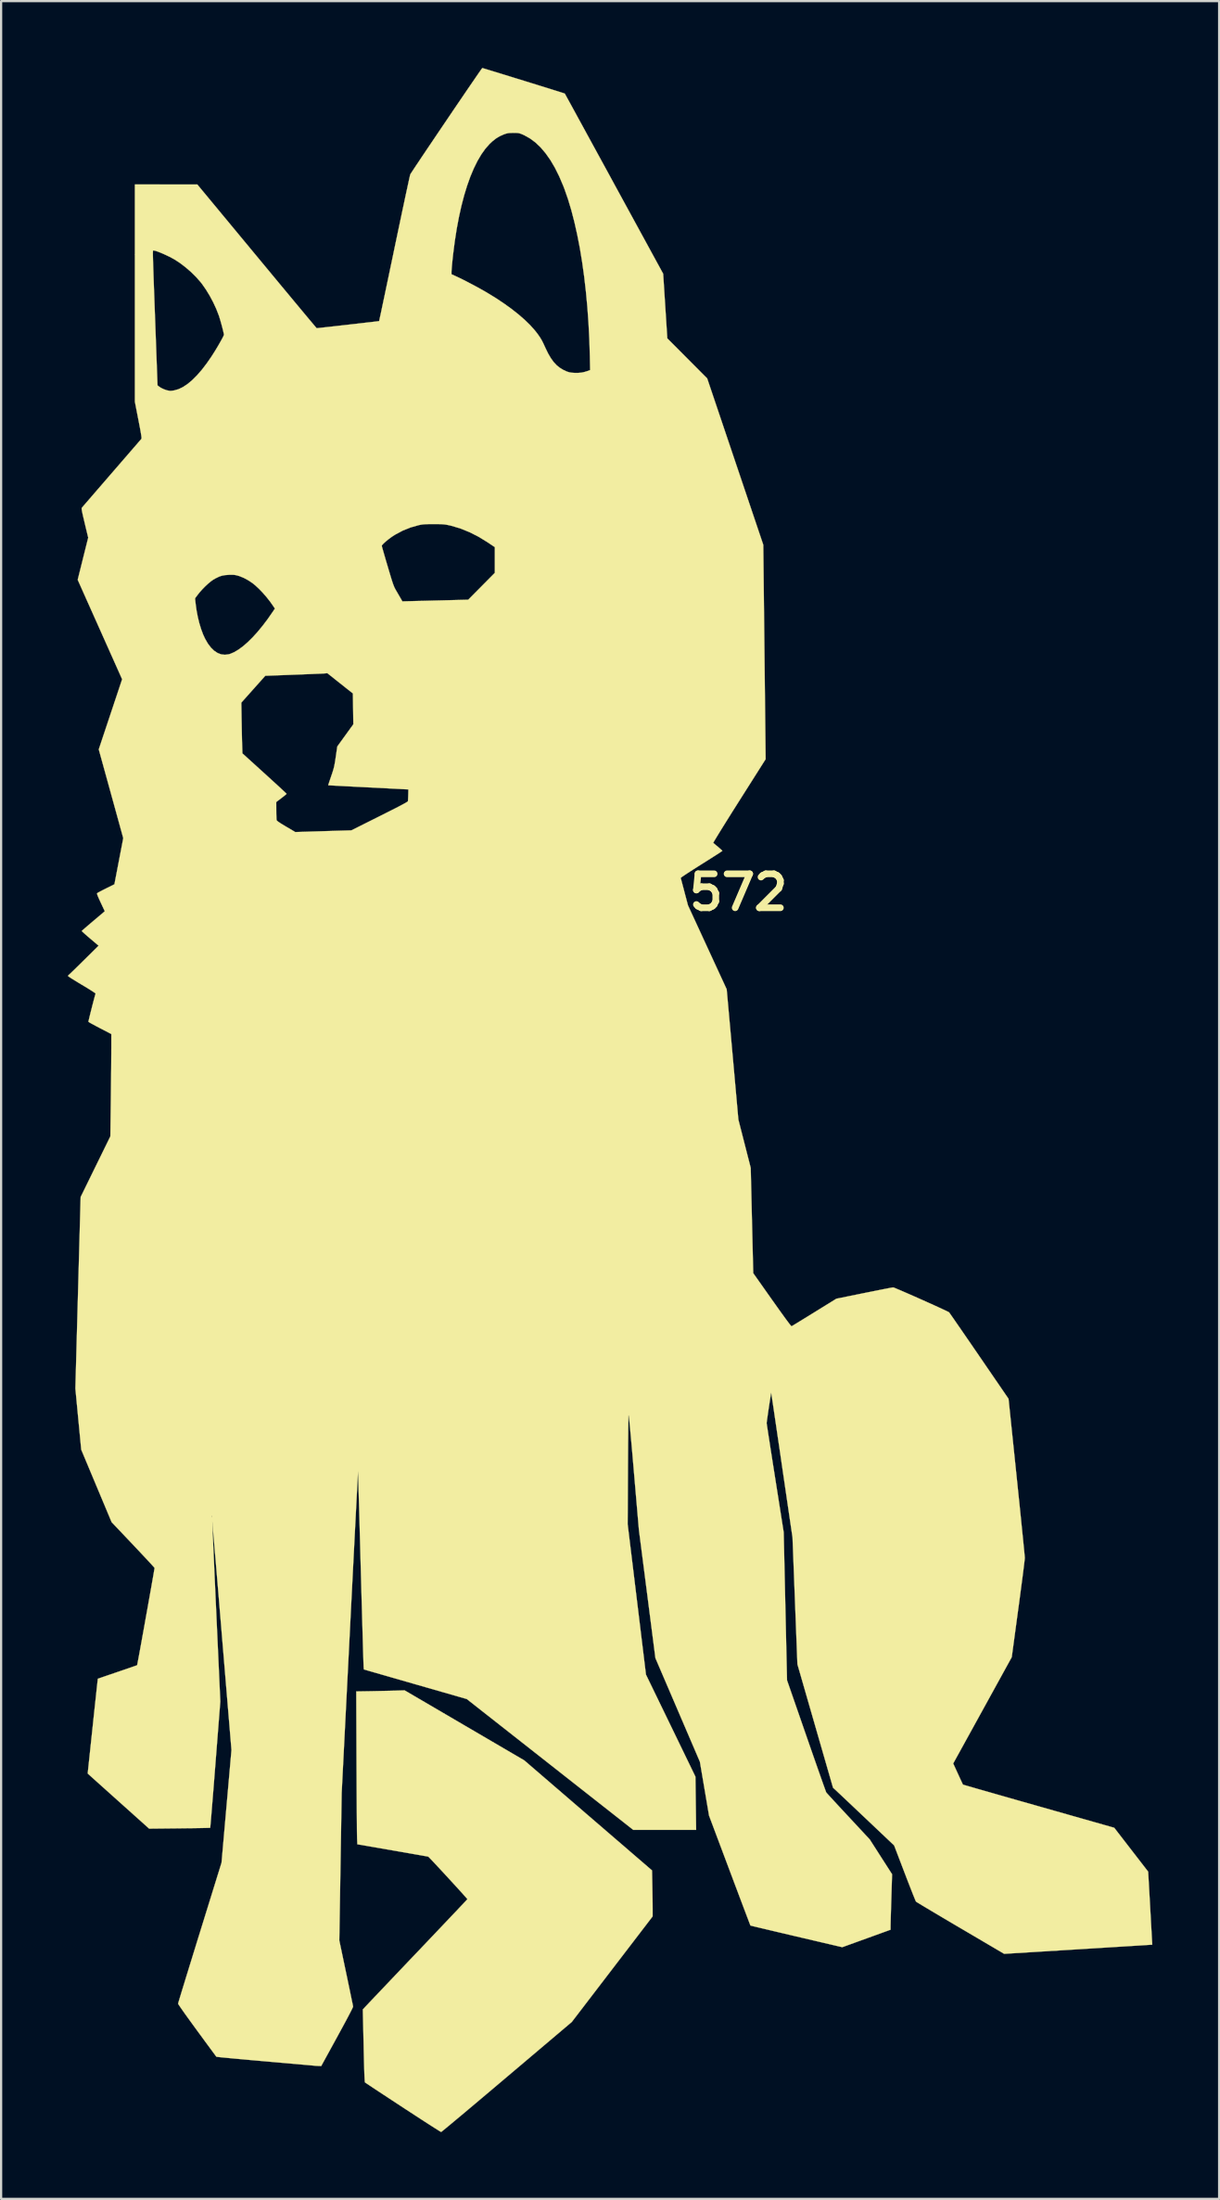
<source format=kicad_pcb>
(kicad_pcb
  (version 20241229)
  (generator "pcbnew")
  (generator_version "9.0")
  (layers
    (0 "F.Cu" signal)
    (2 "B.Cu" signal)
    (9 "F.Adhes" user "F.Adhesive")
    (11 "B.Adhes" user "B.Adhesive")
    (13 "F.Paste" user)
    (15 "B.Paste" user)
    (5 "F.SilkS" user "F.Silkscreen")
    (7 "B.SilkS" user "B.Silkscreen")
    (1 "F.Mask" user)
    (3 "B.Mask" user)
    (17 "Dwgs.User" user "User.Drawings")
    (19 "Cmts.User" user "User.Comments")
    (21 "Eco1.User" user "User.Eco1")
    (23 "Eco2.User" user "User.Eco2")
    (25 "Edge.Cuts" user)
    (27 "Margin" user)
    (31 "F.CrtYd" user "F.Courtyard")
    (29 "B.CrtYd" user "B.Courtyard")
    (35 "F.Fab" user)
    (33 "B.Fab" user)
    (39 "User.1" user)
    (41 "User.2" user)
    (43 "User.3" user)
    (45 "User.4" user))
  (footprint "F.SilkS_g1572"
    (layer "F.Cu")
    (at 24.283 37.026)
    (property "Reference" "F.SilkS_g1572" (at 0 0 0) (layer "F.SilkS") (effects (font (size 1.524 1.524) (thickness 0.3))))
    (attr through_hole)
    (fp_poly (pts (xy -6.465 37.407) (xy -3.776 38.98) (xy 1.962 43.92) (xy 1.976 44.654) (xy 1.979 44.843) (xy 1.982 45.032) (xy 1.985 45.214) (xy 1.987 45.382) (xy 1.988 45.526) (xy 1.989 45.641) (xy 1.989 45.686) (xy 1.989 45.985) (xy 0.173 48.355) (xy -1.642 50.725) (xy -4.562 53.195) (xy -4.867 53.453) (xy -5.164 53.704) (xy -5.45 53.945) (xy -5.725 54.177) (xy -5.986 54.397) (xy -6.233 54.604) (xy -6.462 54.797) (xy -6.674 54.974) (xy -6.866 55.134) (xy -7.036 55.276) (xy -7.183 55.398) (xy -7.305 55.499) (xy -7.4 55.577) (xy -7.468 55.632) (xy -7.506 55.661) (xy -7.514 55.666) (xy -7.536 55.655) (xy -7.591 55.622) (xy -7.676 55.569) (xy -7.789 55.498) (xy -7.928 55.409) (xy -8.089 55.306) (xy -8.271 55.189) (xy -8.471 55.059) (xy -8.686 54.919) (xy -8.914 54.771) (xy -9.153 54.615) (xy -9.229 54.565) (xy -9.47 54.407) (xy -9.702 54.255) (xy -9.921 54.111) (xy -10.125 53.977) (xy -10.313 53.854) (xy -10.48 53.743) (xy -10.625 53.647) (xy -10.745 53.567) (xy -10.838 53.505) (xy -10.902 53.463) (xy -10.933 53.441) (xy -10.935 53.439) (xy -10.941 53.417) (xy -10.946 53.362) (xy -10.952 53.273) (xy -10.958 53.149) (xy -10.964 52.989) (xy -10.97 52.791) (xy -10.977 52.554) (xy -10.984 52.278) (xy -10.992 51.961) (xy -10.995 51.789) (xy -11.032 50.164) (xy -10.919 50.042) (xy -10.891 50.013) (xy -10.836 49.955) (xy -10.756 49.87) (xy -10.651 49.759) (xy -10.524 49.625) (xy -10.376 49.47) (xy -10.209 49.294) (xy -10.024 49.1) (xy -9.824 48.889) (xy -9.61 48.664) (xy -9.384 48.426) (xy -9.147 48.177) (xy -8.901 47.918) (xy -8.647 47.652) (xy -8.572 47.574) (xy -8.319 47.308) (xy -8.074 47.05) (xy -7.839 46.803) (xy -7.615 46.567) (xy -7.403 46.344) (xy -7.206 46.136) (xy -7.025 45.945) (xy -6.861 45.773) (xy -6.717 45.62) (xy -6.593 45.489) (xy -6.491 45.381) (xy -6.413 45.299) (xy -6.361 45.243) (xy -6.336 45.215) (xy -6.334 45.213) (xy -6.346 45.195) (xy -6.385 45.149) (xy -6.447 45.079) (xy -6.528 44.988) (xy -6.626 44.879) (xy -6.738 44.756) (xy -6.861 44.621) (xy -6.992 44.478) (xy -7.128 44.33) (xy -7.266 44.18) (xy -7.402 44.032) (xy -7.534 43.89) (xy -7.66 43.755) (xy -7.775 43.632) (xy -7.876 43.523) (xy -7.962 43.433) (xy -8.029 43.363) (xy -8.073 43.319) (xy -8.092 43.302) (xy -8.117 43.297) (xy -8.179 43.285) (xy -8.277 43.268) (xy -8.407 43.245) (xy -8.566 43.217) (xy -8.75 43.185) (xy -8.956 43.149) (xy -9.181 43.109) (xy -9.421 43.068) (xy -9.673 43.024) (xy -9.698 43.02) (xy -11.278 42.747) (xy -11.29 42.471) (xy -11.291 42.418) (xy -11.293 42.325) (xy -11.295 42.195) (xy -11.297 42.031) (xy -11.298 41.834) (xy -11.3 41.609) (xy -11.302 41.356) (xy -11.304 41.079) (xy -11.306 40.781) (xy -11.308 40.464) (xy -11.31 40.131) (xy -11.311 39.783) (xy -11.313 39.425) (xy -11.315 39.058) (xy -11.315 39.039) (xy -11.327 35.882) (xy -10.611 35.87) (xy -10.42 35.866) (xy -10.223 35.862) (xy -10.03 35.858) (xy -9.85 35.854) (xy -9.691 35.85) (xy -9.562 35.847) (xy -9.525 35.845) (xy -9.155 35.834) (xy -6.465 37.407)) (stroke (width 0.01) (type solid)) (fill yes) (layer "F.SilkS"))
    (fp_poly (pts (xy -5.641 -37.014) (xy -5.581 -36.997) (xy -5.488 -36.969) (xy -5.365 -36.931) (xy -5.215 -36.886) (xy -5.043 -36.833) (xy -4.851 -36.774) (xy -4.643 -36.71) (xy -4.422 -36.642) (xy -4.193 -36.571) (xy -3.957 -36.499) (xy -3.72 -36.425) (xy -3.484 -36.352) (xy -3.253 -36.281) (xy -3.03 -36.211) (xy -2.818 -36.146) (xy -2.622 -36.085) (xy -2.445 -36.029) (xy -2.29 -35.981) (xy -2.16 -35.94) (xy -2.06 -35.908) (xy -1.992 -35.886) (xy -1.96 -35.875) (xy -1.958 -35.874) (xy -1.948 -35.855) (xy -1.917 -35.801) (xy -1.869 -35.712) (xy -1.803 -35.592) (xy -1.72 -35.441) (xy -1.622 -35.262) (xy -1.509 -35.056) (xy -1.383 -34.824) (xy -1.243 -34.568) (xy -1.091 -34.291) (xy -0.929 -33.993) (xy -0.756 -33.677) (xy -0.574 -33.344) (xy -0.384 -32.996) (xy -0.186 -32.634) (xy 0.018 -32.261) (xy 0.227 -31.877) (xy 0.255 -31.825) (xy 2.462 -27.783) (xy 2.555 -26.332) (xy 2.648 -24.881) (xy 3.544 -23.982) (xy 4.44 -23.082) (xy 5.7 -19.346) (xy 6.96 -15.61) (xy 7.066 -5.983) (xy 5.88 -4.112) (xy 5.718 -3.856) (xy 5.563 -3.611) (xy 5.417 -3.377) (xy 5.28 -3.159) (xy 5.154 -2.957) (xy 5.042 -2.776) (xy 4.943 -2.615) (xy 4.86 -2.479) (xy 4.794 -2.37) (xy 4.746 -2.289) (xy 4.719 -2.24) (xy 4.712 -2.225) (xy 4.735 -2.205) (xy 4.783 -2.165) (xy 4.849 -2.109) (xy 4.927 -2.045) (xy 5.002 -1.98) (xy 5.064 -1.925) (xy 5.106 -1.885) (xy 5.122 -1.867) (xy 5.122 -1.867) (xy 5.105 -1.853) (xy 5.055 -1.819) (xy 4.976 -1.767) (xy 4.87 -1.699) (xy 4.742 -1.617) (xy 4.595 -1.523) (xy 4.432 -1.42) (xy 4.256 -1.309) (xy 4.182 -1.263) (xy 4 -1.148) (xy 3.831 -1.041) (xy 3.677 -0.942) (xy 3.542 -0.854) (xy 3.429 -0.779) (xy 3.34 -0.719) (xy 3.28 -0.676) (xy 3.252 -0.652) (xy 3.25 -0.649) (xy 3.257 -0.623) (xy 3.274 -0.561) (xy 3.299 -0.469) (xy 3.33 -0.352) (xy 3.366 -0.216) (xy 3.406 -0.065) (xy 3.417 -0.021) (xy 3.577 0.582) (xy 4.446 2.466) (xy 5.316 4.35) (xy 5.579 7.276) (xy 5.841 10.202) (xy 6.396 12.372) (xy 6.452 14.735) (xy 6.509 17.099) (xy 7.355 18.297) (xy 7.546 18.565) (xy 7.713 18.8) (xy 7.858 19) (xy 7.978 19.166) (xy 8.076 19.297) (xy 8.15 19.394) (xy 8.2 19.456) (xy 8.227 19.482) (xy 8.231 19.484) (xy 8.254 19.471) (xy 8.309 19.438) (xy 8.394 19.386) (xy 8.505 19.319) (xy 8.638 19.237) (xy 8.79 19.144) (xy 8.958 19.041) (xy 9.139 18.929) (xy 9.251 18.86) (xy 10.242 18.247) (xy 11.495 17.992) (xy 11.72 17.947) (xy 11.934 17.904) (xy 12.133 17.864) (xy 12.312 17.828) (xy 12.469 17.798) (xy 12.6 17.772) (xy 12.7 17.754) (xy 12.766 17.742) (xy 12.795 17.738) (xy 12.823 17.746) (xy 12.885 17.77) (xy 12.977 17.809) (xy 13.096 17.859) (xy 13.238 17.92) (xy 13.398 17.99) (xy 13.572 18.066) (xy 13.756 18.147) (xy 13.946 18.231) (xy 14.139 18.317) (xy 14.33 18.403) (xy 14.515 18.486) (xy 14.69 18.565) (xy 14.851 18.639) (xy 14.994 18.705) (xy 15.115 18.761) (xy 15.21 18.806) (xy 15.275 18.839) (xy 15.305 18.856) (xy 15.307 18.857) (xy 15.323 18.879) (xy 15.362 18.933) (xy 15.421 19.018) (xy 15.5 19.131) (xy 15.596 19.27) (xy 15.708 19.432) (xy 15.835 19.615) (xy 15.974 19.818) (xy 16.125 20.037) (xy 16.286 20.27) (xy 16.454 20.516) (xy 16.63 20.771) (xy 16.66 20.816) (xy 17.979 22.74) (xy 18.344 26.256) (xy 18.384 26.639) (xy 18.422 27.012) (xy 18.46 27.373) (xy 18.495 27.718) (xy 18.529 28.047) (xy 18.56 28.356) (xy 18.589 28.643) (xy 18.616 28.907) (xy 18.64 29.144) (xy 18.66 29.352) (xy 18.678 29.53) (xy 18.692 29.675) (xy 18.702 29.784) (xy 18.708 29.856) (xy 18.71 29.887) (xy 18.707 29.924) (xy 18.699 30) (xy 18.686 30.112) (xy 18.668 30.257) (xy 18.647 30.432) (xy 18.621 30.634) (xy 18.592 30.86) (xy 18.559 31.108) (xy 18.524 31.373) (xy 18.487 31.654) (xy 18.448 31.948) (xy 18.417 32.173) (xy 18.124 34.343) (xy 16.809 36.731) (xy 15.493 39.118) (xy 15.709 39.588) (xy 15.769 39.719) (xy 15.823 39.836) (xy 15.869 39.935) (xy 15.904 40.009) (xy 15.926 40.055) (xy 15.932 40.067) (xy 15.952 40.073) (xy 16.012 40.091) (xy 16.108 40.119) (xy 16.238 40.156) (xy 16.4 40.203) (xy 16.593 40.259) (xy 16.814 40.322) (xy 17.06 40.392) (xy 17.33 40.47) (xy 17.622 40.553) (xy 17.934 40.642) (xy 18.263 40.736) (xy 18.607 40.834) (xy 18.965 40.935) (xy 19.333 41.04) (xy 22.729 42.005) (xy 23.49 42.99) (xy 24.252 43.975) (xy 24.34 45.53) (xy 24.354 45.785) (xy 24.368 46.029) (xy 24.38 46.259) (xy 24.392 46.471) (xy 24.403 46.662) (xy 24.412 46.828) (xy 24.42 46.965) (xy 24.426 47.07) (xy 24.43 47.14) (xy 24.432 47.17) (xy 24.436 47.255) (xy 24.024 47.281) (xy 23.952 47.286) (xy 23.842 47.293) (xy 23.695 47.302) (xy 23.514 47.313) (xy 23.302 47.326) (xy 23.063 47.341) (xy 22.799 47.357) (xy 22.512 47.375) (xy 22.207 47.394) (xy 21.885 47.414) (xy 21.55 47.435) (xy 21.204 47.456) (xy 20.851 47.478) (xy 20.697 47.487) (xy 17.783 47.666) (xy 15.819 46.511) (xy 15.553 46.355) (xy 15.298 46.204) (xy 15.055 46.061) (xy 14.827 45.925) (xy 14.616 45.8) (xy 14.424 45.686) (xy 14.255 45.585) (xy 14.11 45.498) (xy 13.991 45.426) (xy 13.902 45.372) (xy 13.845 45.336) (xy 13.822 45.32) (xy 13.822 45.319) (xy 13.808 45.294) (xy 13.782 45.232) (xy 13.743 45.137) (xy 13.693 45.014) (xy 13.634 44.864) (xy 13.567 44.693) (xy 13.493 44.503) (xy 13.413 44.297) (xy 13.33 44.08) (xy 13.315 44.041) (xy 12.84 42.799) (xy 11.572 41.598) (xy 11.374 41.411) (xy 11.183 41.231) (xy 11.002 41.059) (xy 10.833 40.899) (xy 10.678 40.753) (xy 10.54 40.623) (xy 10.422 40.511) (xy 10.325 40.421) (xy 10.254 40.353) (xy 10.209 40.311) (xy 10.198 40.301) (xy 10.094 40.206) (xy 8.494 34.66) (xy 8.274 28.967) (xy 7.797 25.718) (xy 7.744 25.352) (xy 7.692 24.998) (xy 7.642 24.658) (xy 7.594 24.334) (xy 7.549 24.028) (xy 7.507 23.743) (xy 7.468 23.48) (xy 7.433 23.242) (xy 7.402 23.032) (xy 7.375 22.851) (xy 7.352 22.702) (xy 7.335 22.588) (xy 7.323 22.509) (xy 7.317 22.469) (xy 7.316 22.464) (xy 7.311 22.482) (xy 7.302 22.537) (xy 7.288 22.621) (xy 7.271 22.729) (xy 7.251 22.856) (xy 7.23 22.995) (xy 7.208 23.14) (xy 7.186 23.285) (xy 7.166 23.425) (xy 7.148 23.554) (xy 7.132 23.665) (xy 7.12 23.753) (xy 7.113 23.812) (xy 7.111 23.834) (xy 7.115 23.861) (xy 7.124 23.928) (xy 7.14 24.031) (xy 7.161 24.168) (xy 7.186 24.336) (xy 7.217 24.532) (xy 7.251 24.754) (xy 7.289 24.999) (xy 7.331 25.265) (xy 7.375 25.548) (xy 7.422 25.847) (xy 7.471 26.157) (xy 7.495 26.31) (xy 7.877 28.734) (xy 7.952 32.057) (xy 8.027 35.38) (xy 8.894 37.878) (xy 9.003 38.191) (xy 9.108 38.494) (xy 9.209 38.784) (xy 9.305 39.058) (xy 9.395 39.314) (xy 9.478 39.549) (xy 9.553 39.762) (xy 9.619 39.949) (xy 9.675 40.108) (xy 9.722 40.237) (xy 9.757 40.334) (xy 9.78 40.395) (xy 9.789 40.418) (xy 9.808 40.44) (xy 9.854 40.491) (xy 9.923 40.567) (xy 10.014 40.666) (xy 10.124 40.786) (xy 10.25 40.923) (xy 10.391 41.075) (xy 10.543 41.239) (xy 10.705 41.413) (xy 10.781 41.494) (xy 11.744 42.529) (xy 12.245 43.31) (xy 12.747 44.091) (xy 12.713 45.196) (xy 12.706 45.414) (xy 12.7 45.623) (xy 12.694 45.818) (xy 12.689 45.995) (xy 12.685 46.15) (xy 12.682 46.278) (xy 12.68 46.373) (xy 12.679 46.433) (xy 12.679 46.442) (xy 12.679 46.583) (xy 10.509 47.368) (xy 8.45 46.886) (xy 8.162 46.818) (xy 7.886 46.753) (xy 7.625 46.692) (xy 7.381 46.634) (xy 7.157 46.581) (xy 6.956 46.533) (xy 6.781 46.492) (xy 6.634 46.457) (xy 6.518 46.429) (xy 6.436 46.409) (xy 6.391 46.397) (xy 6.383 46.395) (xy 6.375 46.374) (xy 6.353 46.317) (xy 6.317 46.224) (xy 6.27 46.099) (xy 6.211 45.944) (xy 6.142 45.761) (xy 6.063 45.553) (xy 5.976 45.322) (xy 5.881 45.071) (xy 5.78 44.801) (xy 5.672 44.516) (xy 5.56 44.217) (xy 5.449 43.922) (xy 4.523 41.457) (xy 4.113 39.042) (xy 3.114 36.714) (xy 2.114 34.385) (xy 1.744 31.507) (xy 1.373 28.628) (xy 1.145 25.982) (xy 1.111 25.584) (xy 1.08 25.226) (xy 1.052 24.907) (xy 1.027 24.625) (xy 1.005 24.378) (xy 0.985 24.166) (xy 0.968 23.985) (xy 0.954 23.835) (xy 0.942 23.714) (xy 0.931 23.619) (xy 0.923 23.55) (xy 0.916 23.505) (xy 0.911 23.481) (xy 0.907 23.478) (xy 0.904 23.494) (xy 0.904 23.495) (xy 0.902 23.537) (xy 0.9 23.619) (xy 0.898 23.737) (xy 0.896 23.888) (xy 0.893 24.071) (xy 0.891 24.281) (xy 0.889 24.515) (xy 0.887 24.772) (xy 0.885 25.047) (xy 0.883 25.338) (xy 0.881 25.643) (xy 0.879 25.957) (xy 0.879 26.014) (xy 0.867 28.374) (xy 1.278 31.75) (xy 1.689 35.126) (xy 2.801 37.418) (xy 3.912 39.71) (xy 3.943 42.1) (xy 1.119 42.1) (xy -2.621 39.162) (xy -6.361 36.224) (xy -8.672 35.56) (xy -10.984 34.895) (xy -10.994 34.81) (xy -10.996 34.78) (xy -10.998 34.711) (xy -11.002 34.603) (xy -11.007 34.459) (xy -11.012 34.28) (xy -11.019 34.07) (xy -11.026 33.829) (xy -11.034 33.56) (xy -11.042 33.265) (xy -11.051 32.946) (xy -11.061 32.605) (xy -11.071 32.244) (xy -11.082 31.865) (xy -11.093 31.47) (xy -11.104 31.061) (xy -11.116 30.64) (xy -11.123 30.364) (xy -11.135 29.937) (xy -11.146 29.522) (xy -11.157 29.12) (xy -11.168 28.733) (xy -11.178 28.363) (xy -11.188 28.012) (xy -11.197 27.683) (xy -11.206 27.377) (xy -11.214 27.096) (xy -11.221 26.842) (xy -11.227 26.617) (xy -11.233 26.423) (xy -11.238 26.262) (xy -11.241 26.136) (xy -11.244 26.047) (xy -11.246 25.998) (xy -11.246 25.987) (xy -11.248 26.007) (xy -11.251 26.067) (xy -11.256 26.167) (xy -11.264 26.304) (xy -11.273 26.478) (xy -11.284 26.686) (xy -11.296 26.927) (xy -11.31 27.2) (xy -11.326 27.503) (xy -11.343 27.834) (xy -11.361 28.193) (xy -11.381 28.577) (xy -11.402 28.985) (xy -11.424 29.415) (xy -11.447 29.867) (xy -11.471 30.338) (xy -11.496 30.826) (xy -11.521 31.331) (xy -11.548 31.851) (xy -11.575 32.384) (xy -11.602 32.929) (xy -11.616 33.205) (xy -11.982 40.439) (xy -12.089 47.064) (xy -11.782 48.525) (xy -11.731 48.768) (xy -11.683 49) (xy -11.637 49.217) (xy -11.596 49.416) (xy -11.559 49.593) (xy -11.528 49.745) (xy -11.502 49.868) (xy -11.483 49.959) (xy -11.472 50.015) (xy -11.469 50.031) (xy -11.478 50.06) (xy -11.507 50.124) (xy -11.556 50.224) (xy -11.625 50.358) (xy -11.713 50.526) (xy -11.82 50.726) (xy -11.945 50.958) (xy -12.089 51.221) (xy -12.181 51.391) (xy -12.901 52.704) (xy -13.018 52.701) (xy -13.094 52.698) (xy -13.161 52.694) (xy -13.187 52.691) (xy -13.215 52.688) (xy -13.282 52.682) (xy -13.386 52.673) (xy -13.523 52.66) (xy -13.691 52.645) (xy -13.887 52.628) (xy -14.108 52.608) (xy -14.351 52.587) (xy -14.613 52.564) (xy -14.892 52.54) (xy -15.184 52.514) (xy -15.418 52.494) (xy -15.718 52.467) (xy -16.006 52.442) (xy -16.279 52.417) (xy -16.534 52.394) (xy -16.769 52.373) (xy -16.981 52.353) (xy -17.167 52.335) (xy -17.325 52.32) (xy -17.451 52.307) (xy -17.542 52.297) (xy -17.597 52.29) (xy -17.611 52.287) (xy -17.626 52.268) (xy -17.664 52.217) (xy -17.722 52.138) (xy -17.799 52.033) (xy -17.894 51.905) (xy -18.002 51.758) (xy -18.124 51.593) (xy -18.255 51.413) (xy -18.396 51.222) (xy -18.48 51.107) (xy -18.642 50.885) (xy -18.791 50.68) (xy -18.925 50.495) (xy -19.043 50.33) (xy -19.142 50.189) (xy -19.222 50.074) (xy -19.282 49.986) (xy -19.319 49.928) (xy -19.332 49.901) (xy -19.332 49.9) (xy -19.325 49.876) (xy -19.307 49.813) (xy -19.277 49.714) (xy -19.237 49.581) (xy -19.187 49.417) (xy -19.128 49.223) (xy -19.06 49.002) (xy -18.985 48.757) (xy -18.902 48.488) (xy -18.813 48.199) (xy -18.718 47.892) (xy -18.618 47.568) (xy -18.514 47.231) (xy -18.406 46.881) (xy -18.354 46.715) (xy -17.379 43.571) (xy -17.156 41.042) (xy -16.933 38.513) (xy -17.362 33.376) (xy -17.4 32.914) (xy -17.438 32.463) (xy -17.475 32.025) (xy -17.51 31.601) (xy -17.544 31.195) (xy -17.577 30.807) (xy -17.608 30.439) (xy -17.637 30.093) (xy -17.665 29.771) (xy -17.69 29.475) (xy -17.713 29.206) (xy -17.733 28.967) (xy -17.751 28.758) (xy -17.766 28.583) (xy -17.778 28.442) (xy -17.788 28.338) (xy -17.794 28.272) (xy -17.797 28.246) (xy -17.797 28.246) (xy -17.796 28.268) (xy -17.794 28.329) (xy -17.79 28.429) (xy -17.785 28.565) (xy -17.778 28.735) (xy -17.769 28.937) (xy -17.759 29.169) (xy -17.748 29.43) (xy -17.735 29.715) (xy -17.721 30.025) (xy -17.707 30.357) (xy -17.691 30.708) (xy -17.674 31.077) (xy -17.657 31.461) (xy -17.639 31.859) (xy -17.62 32.269) (xy -17.619 32.293) (xy -17.435 36.333) (xy -17.657 39.164) (xy -17.684 39.506) (xy -17.71 39.836) (xy -17.735 40.153) (xy -17.759 40.453) (xy -17.782 40.733) (xy -17.803 40.993) (xy -17.822 41.228) (xy -17.839 41.437) (xy -17.854 41.617) (xy -17.867 41.766) (xy -17.877 41.881) (xy -17.884 41.96) (xy -17.888 42) (xy -17.889 42.005) (xy -17.912 42.007) (xy -17.973 42.01) (xy -18.069 42.012) (xy -18.197 42.015) (xy -18.354 42.018) (xy -18.534 42.021) (xy -18.736 42.024) (xy -18.955 42.026) (xy -19.188 42.029) (xy -19.266 42.03) (xy -20.632 42.044) (xy -21.963 40.852) (xy -22.166 40.67) (xy -22.361 40.495) (xy -22.545 40.33) (xy -22.716 40.177) (xy -22.872 40.037) (xy -23.01 39.914) (xy -23.127 39.808) (xy -23.222 39.723) (xy -23.291 39.661) (xy -23.333 39.623) (xy -23.344 39.613) (xy -23.393 39.566) (xy -23.167 37.441) (xy -23.136 37.146) (xy -23.106 36.863) (xy -23.077 36.595) (xy -23.05 36.344) (xy -23.025 36.114) (xy -23.003 35.908) (xy -22.984 35.727) (xy -22.967 35.576) (xy -22.954 35.456) (xy -22.945 35.371) (xy -22.939 35.323) (xy -22.938 35.313) (xy -22.918 35.306) (xy -22.861 35.287) (xy -22.773 35.256) (xy -22.657 35.216) (xy -22.518 35.168) (xy -22.358 35.114) (xy -22.183 35.054) (xy -22.057 35.011) (xy -21.873 34.948) (xy -21.702 34.89) (xy -21.548 34.837) (xy -21.415 34.791) (xy -21.307 34.753) (xy -21.228 34.726) (xy -21.183 34.709) (xy -21.173 34.705) (xy -21.167 34.683) (xy -21.156 34.623) (xy -21.138 34.528) (xy -21.114 34.401) (xy -21.085 34.246) (xy -21.052 34.066) (xy -21.015 33.864) (xy -20.975 33.644) (xy -20.933 33.409) (xy -20.888 33.162) (xy -20.842 32.907) (xy -20.796 32.647) (xy -20.749 32.386) (xy -20.702 32.126) (xy -20.657 31.871) (xy -20.613 31.625) (xy -20.571 31.39) (xy -20.532 31.171) (xy -20.497 30.969) (xy -20.465 30.79) (xy -20.438 30.636) (xy -20.417 30.51) (xy -20.401 30.416) (xy -20.391 30.357) (xy -20.389 30.337) (xy -20.404 30.317) (xy -20.446 30.269) (xy -20.512 30.196) (xy -20.6 30.1) (xy -20.708 29.984) (xy -20.833 29.85) (xy -20.972 29.702) (xy -21.123 29.541) (xy -21.285 29.37) (xy -21.356 29.294) (xy -22.319 28.279) (xy -22.425 28.025) (xy -17.819 28.025) (xy -17.816 28.055) (xy -17.808 28.051) (xy -17.806 28.008) (xy -17.808 27.998) (xy -17.816 27.996) (xy -17.819 28.025) (xy -22.425 28.025) (xy -23.001 26.652) (xy -23.683 25.025) (xy -23.815 23.652) (xy -23.946 22.278) (xy -23.71 13.679) (xy -23.042 12.316) (xy -22.374 10.954) (xy -22.352 9.271) (xy -22.349 8.989) (xy -22.346 8.705) (xy -22.343 8.425) (xy -22.34 8.153) (xy -22.337 7.894) (xy -22.335 7.653) (xy -22.334 7.435) (xy -22.332 7.244) (xy -22.332 7.087) (xy -22.331 6.974) (xy -22.331 6.361) (xy -22.841 6.096) (xy -22.976 6.025) (xy -23.098 5.96) (xy -23.203 5.904) (xy -23.284 5.858) (xy -23.338 5.825) (xy -23.36 5.81) (xy -23.36 5.81) (xy -23.357 5.786) (xy -23.344 5.728) (xy -23.323 5.641) (xy -23.297 5.532) (xy -23.266 5.406) (xy -23.231 5.269) (xy -23.196 5.129) (xy -23.16 4.99) (xy -23.126 4.86) (xy -23.095 4.743) (xy -23.069 4.647) (xy -23.049 4.577) (xy -23.039 4.543) (xy -23.054 4.527) (xy -23.102 4.492) (xy -23.179 4.441) (xy -23.28 4.376) (xy -23.402 4.3) (xy -23.541 4.216) (xy -23.654 4.149) (xy -23.801 4.061) (xy -23.935 3.979) (xy -24.053 3.906) (xy -24.151 3.844) (xy -24.223 3.796) (xy -24.267 3.764) (xy -24.278 3.753) (xy -24.262 3.722) (xy -24.238 3.699) (xy -24.214 3.679) (xy -24.164 3.632) (xy -24.091 3.561) (xy -23.997 3.471) (xy -23.887 3.363) (xy -23.763 3.242) (xy -23.63 3.11) (xy -23.55 3.032) (xy -22.903 2.393) (xy -23.284 2.07) (xy -23.391 1.979) (xy -23.486 1.896) (xy -23.564 1.826) (xy -23.622 1.773) (xy -23.654 1.74) (xy -23.659 1.732) (xy -23.642 1.714) (xy -23.595 1.672) (xy -23.517 1.604) (xy -23.408 1.51) (xy -23.267 1.39) (xy -23.095 1.244) (xy -22.891 1.072) (xy -22.688 0.9) (xy -22.624 0.847) (xy -22.808 0.455) (xy -22.875 0.311) (xy -22.924 0.201) (xy -22.955 0.121) (xy -22.971 0.069) (xy -22.972 0.041) (xy -22.97 0.037) (xy -22.945 0.02) (xy -22.888 -0.013) (xy -22.805 -0.057) (xy -22.703 -0.11) (xy -22.587 -0.168) (xy -22.57 -0.177) (xy -22.193 -0.364) (xy -21.795 -2.436) (xy -22.345 -4.43) (xy -22.896 -6.424) (xy -22.371 -7.998) (xy -22.196 -8.522) (xy -16.491 -8.522) (xy -16.479 -7.769) (xy -16.475 -7.574) (xy -16.472 -7.372) (xy -16.468 -7.174) (xy -16.464 -6.988) (xy -16.46 -6.823) (xy -16.456 -6.687) (xy -16.454 -6.63) (xy -16.442 -6.244) (xy -15.449 -5.343) (xy -15.276 -5.186) (xy -15.112 -5.036) (xy -14.961 -4.898) (xy -14.824 -4.773) (xy -14.705 -4.663) (xy -14.606 -4.571) (xy -14.531 -4.5) (xy -14.48 -4.452) (xy -14.458 -4.429) (xy -14.457 -4.427) (xy -14.473 -4.41) (xy -14.517 -4.372) (xy -14.582 -4.319) (xy -14.663 -4.256) (xy -14.69 -4.235) (xy -14.922 -4.058) (xy -14.92 -3.675) (xy -14.919 -3.549) (xy -14.916 -3.434) (xy -14.913 -3.34) (xy -14.909 -3.273) (xy -14.905 -3.244) (xy -14.886 -3.219) (xy -14.84 -3.181) (xy -14.764 -3.128) (xy -14.656 -3.06) (xy -14.513 -2.974) (xy -14.478 -2.953) (xy -14.065 -2.71) (xy -13.684 -2.722) (xy -13.576 -2.725) (xy -13.433 -2.73) (xy -13.262 -2.735) (xy -13.071 -2.741) (xy -12.867 -2.747) (xy -12.657 -2.754) (xy -12.449 -2.76) (xy -12.425 -2.761) (xy -11.546 -2.787) (xy -10.281 -3.42) (xy -10.015 -3.554) (xy -9.786 -3.669) (xy -9.59 -3.768) (xy -9.427 -3.852) (xy -9.294 -3.922) (xy -9.188 -3.979) (xy -9.109 -4.023) (xy -9.054 -4.057) (xy -9.02 -4.08) (xy -9.007 -4.095) (xy -9.006 -4.096) (xy -9.002 -4.133) (xy -8.998 -4.203) (xy -8.994 -4.294) (xy -8.991 -4.381) (xy -8.985 -4.625) (xy -10.784 -4.717) (xy -11.056 -4.731) (xy -11.316 -4.744) (xy -11.56 -4.757) (xy -11.785 -4.768) (xy -11.989 -4.779) (xy -12.168 -4.789) (xy -12.32 -4.797) (xy -12.44 -4.803) (xy -12.527 -4.808) (xy -12.576 -4.811) (xy -12.587 -4.812) (xy -12.582 -4.832) (xy -12.565 -4.886) (xy -12.538 -4.968) (xy -12.503 -5.072) (xy -12.462 -5.192) (xy -12.453 -5.218) (xy -12.406 -5.356) (xy -12.37 -5.47) (xy -12.341 -5.57) (xy -12.317 -5.667) (xy -12.297 -5.772) (xy -12.276 -5.894) (xy -12.253 -6.046) (xy -12.247 -6.086) (xy -12.179 -6.553) (xy -11.458 -7.55) (xy -11.468 -8.242) (xy -11.478 -8.934) (xy -12.052 -9.389) (xy -12.626 -9.845) (xy -12.764 -9.833) (xy -12.81 -9.83) (xy -12.894 -9.826) (xy -13.012 -9.821) (xy -13.159 -9.815) (xy -13.333 -9.807) (xy -13.527 -9.8) (xy -13.738 -9.791) (xy -13.962 -9.783) (xy -14.158 -9.775) (xy -15.414 -9.728) (xy -15.953 -9.125) (xy -16.491 -8.522) (xy -22.196 -8.522) (xy -21.846 -9.572) (xy -22.844 -11.806) (xy -23.47 -13.206) (xy -18.57 -13.206) (xy -18.545 -12.969) (xy -18.504 -12.672) (xy -18.448 -12.376) (xy -18.378 -12.089) (xy -18.296 -11.82) (xy -18.205 -11.577) (xy -18.12 -11.394) (xy -17.992 -11.173) (xy -17.855 -10.993) (xy -17.709 -10.851) (xy -17.555 -10.75) (xy -17.395 -10.69) (xy -17.228 -10.671) (xy -17.056 -10.693) (xy -16.991 -10.712) (xy -16.811 -10.789) (xy -16.618 -10.904) (xy -16.414 -11.054) (xy -16.202 -11.238) (xy -15.983 -11.454) (xy -15.76 -11.7) (xy -15.535 -11.973) (xy -15.308 -12.272) (xy -15.094 -12.58) (xy -14.982 -12.746) (xy -15.062 -12.866) (xy -15.202 -13.064) (xy -15.359 -13.263) (xy -15.527 -13.456) (xy -15.697 -13.633) (xy -15.862 -13.786) (xy -15.981 -13.883) (xy -16.17 -14.01) (xy -16.368 -14.118) (xy -16.562 -14.199) (xy -16.648 -14.225) (xy -16.733 -14.247) (xy -16.81 -14.259) (xy -16.894 -14.264) (xy -16.998 -14.264) (xy -17.059 -14.261) (xy -17.225 -14.248) (xy -17.368 -14.221) (xy -17.504 -14.175) (xy -17.645 -14.105) (xy -17.759 -14.039) (xy -17.864 -13.964) (xy -17.986 -13.862) (xy -18.114 -13.743) (xy -18.241 -13.613) (xy -18.358 -13.482) (xy -18.447 -13.371) (xy -18.57 -13.206) (xy -23.47 -13.206) (xy -23.842 -14.04) (xy -23.606 -14.986) (xy -23.461 -15.566) (xy -10.181 -15.566) (xy -10.175 -15.539) (xy -10.159 -15.477) (xy -10.132 -15.383) (xy -10.097 -15.261) (xy -10.055 -15.115) (xy -10.008 -14.951) (xy -9.955 -14.771) (xy -9.918 -14.648) (xy -9.854 -14.432) (xy -9.8 -14.252) (xy -9.755 -14.103) (xy -9.717 -13.983) (xy -9.685 -13.885) (xy -9.656 -13.806) (xy -9.631 -13.741) (xy -9.606 -13.685) (xy -9.581 -13.635) (xy -9.553 -13.586) (xy -9.541 -13.564) (xy -9.481 -13.462) (xy -9.418 -13.353) (xy -9.362 -13.256) (xy -9.34 -13.219) (xy -9.254 -13.07) (xy -9.014 -13.076) (xy -8.948 -13.078) (xy -8.844 -13.08) (xy -8.708 -13.084) (xy -8.543 -13.088) (xy -8.355 -13.092) (xy -8.149 -13.097) (xy -7.928 -13.103) (xy -7.698 -13.109) (xy -7.535 -13.113) (xy -6.297 -13.144) (xy -5.699 -13.747) (xy -5.101 -14.351) (xy -5.101 -15.505) (xy -5.425 -15.722) (xy -5.823 -15.967) (xy -6.224 -16.171) (xy -6.628 -16.336) (xy -7.033 -16.459) (xy -7.176 -16.492) (xy -7.258 -16.509) (xy -7.335 -16.521) (xy -7.415 -16.53) (xy -7.507 -16.536) (xy -7.619 -16.539) (xy -7.761 -16.54) (xy -7.853 -16.54) (xy -8.014 -16.54) (xy -8.141 -16.538) (xy -8.243 -16.533) (xy -8.327 -16.526) (xy -8.402 -16.516) (xy -8.476 -16.502) (xy -8.513 -16.494) (xy -8.884 -16.39) (xy -9.238 -16.248) (xy -9.572 -16.07) (xy -9.694 -15.993) (xy -9.795 -15.922) (xy -9.896 -15.845) (xy -9.99 -15.768) (xy -10.071 -15.696) (xy -10.134 -15.634) (xy -10.172 -15.587) (xy -10.181 -15.566) (xy -23.461 -15.566) (xy -23.37 -15.932) (xy -23.527 -16.585) (xy -23.571 -16.774) (xy -23.607 -16.926) (xy -23.633 -17.044) (xy -23.651 -17.133) (xy -23.661 -17.197) (xy -23.664 -17.239) (xy -23.662 -17.264) (xy -23.658 -17.271) (xy -23.641 -17.291) (xy -23.598 -17.341) (xy -23.531 -17.419) (xy -23.442 -17.521) (xy -23.334 -17.647) (xy -23.207 -17.793) (xy -23.065 -17.958) (xy -22.908 -18.139) (xy -22.74 -18.334) (xy -22.561 -18.54) (xy -22.375 -18.756) (xy -22.322 -18.817) (xy -22.133 -19.035) (xy -21.952 -19.244) (xy -21.781 -19.442) (xy -21.62 -19.627) (xy -21.474 -19.797) (xy -21.342 -19.949) (xy -21.228 -20.08) (xy -21.134 -20.19) (xy -21.06 -20.275) (xy -21.01 -20.333) (xy -20.985 -20.362) (xy -20.983 -20.364) (xy -20.977 -20.378) (xy -20.975 -20.403) (xy -20.976 -20.443) (xy -20.983 -20.502) (xy -20.996 -20.583) (xy -21.014 -20.691) (xy -21.039 -20.829) (xy -21.072 -21) (xy -21.112 -21.209) (xy -21.114 -21.217) (xy -21.273 -22.037) (xy -21.273 -28.7) (xy -20.464 -28.7) (xy -20.464 -28.639) (xy -20.463 -28.561) (xy -20.46 -28.464) (xy -20.457 -28.347) (xy -20.453 -28.207) (xy -20.448 -28.043) (xy -20.441 -27.852) (xy -20.434 -27.632) (xy -20.425 -27.382) (xy -20.415 -27.099) (xy -20.403 -26.782) (xy -20.39 -26.427) (xy -20.376 -26.035) (xy -20.362 -25.663) (xy -20.256 -22.771) (xy -20.208 -22.732) (xy -20.103 -22.66) (xy -19.975 -22.598) (xy -19.842 -22.551) (xy -19.718 -22.526) (xy -19.684 -22.523) (xy -19.633 -22.526) (xy -19.56 -22.535) (xy -19.504 -22.544) (xy -19.312 -22.599) (xy -19.113 -22.694) (xy -18.908 -22.83) (xy -18.698 -23.006) (xy -18.482 -23.221) (xy -18.262 -23.474) (xy -18.039 -23.766) (xy -17.831 -24.067) (xy -17.756 -24.184) (xy -17.676 -24.311) (xy -17.595 -24.444) (xy -17.517 -24.576) (xy -17.445 -24.702) (xy -17.381 -24.816) (xy -17.329 -24.913) (xy -17.292 -24.988) (xy -17.274 -25.034) (xy -17.272 -25.043) (xy -17.278 -25.087) (xy -17.294 -25.163) (xy -17.318 -25.264) (xy -17.348 -25.382) (xy -17.382 -25.509) (xy -17.418 -25.637) (xy -17.454 -25.759) (xy -17.487 -25.866) (xy -17.505 -25.919) (xy -17.617 -26.206) (xy -17.753 -26.5) (xy -17.909 -26.792) (xy -18.077 -27.068) (xy -18.252 -27.319) (xy -18.324 -27.411) (xy -18.525 -27.638) (xy -18.753 -27.863) (xy -19 -28.076) (xy -19.252 -28.268) (xy -19.461 -28.405) (xy -19.581 -28.473) (xy -19.715 -28.544) (xy -19.856 -28.612) (xy -19.997 -28.676) (xy -20.131 -28.733) (xy -20.251 -28.779) (xy -20.351 -28.812) (xy -20.422 -28.828) (xy -20.439 -28.829) (xy -20.444 -28.829) (xy -20.449 -28.829) (xy -20.453 -28.826) (xy -20.457 -28.818) (xy -20.46 -28.804) (xy -20.462 -28.78) (xy -20.463 -28.746) (xy -20.464 -28.7) (xy -21.273 -28.7) (xy -21.273 -31.792) (xy -18.468 -31.791) (xy -15.793 -28.564) (xy -15.526 -28.242) (xy -15.266 -27.929) (xy -15.015 -27.626) (xy -14.774 -27.335) (xy -14.543 -27.058) (xy -14.325 -26.796) (xy -14.121 -26.55) (xy -13.931 -26.322) (xy -13.758 -26.114) (xy -13.602 -25.927) (xy -13.465 -25.763) (xy -13.348 -25.624) (xy -13.252 -25.51) (xy -13.179 -25.423) (xy -13.131 -25.366) (xy -13.107 -25.339) (xy -13.105 -25.337) (xy -13.074 -25.34) (xy -13.006 -25.347) (xy -12.906 -25.358) (xy -12.777 -25.372) (xy -12.625 -25.389) (xy -12.452 -25.408) (xy -12.263 -25.429) (xy -12.063 -25.452) (xy -11.856 -25.475) (xy -11.646 -25.499) (xy -11.436 -25.523) (xy -11.233 -25.546) (xy -11.038 -25.569) (xy -10.858 -25.59) (xy -10.695 -25.608) (xy -10.555 -25.625) (xy -10.441 -25.638) (xy -10.358 -25.649) (xy -10.31 -25.655) (xy -10.299 -25.657) (xy -10.294 -25.678) (xy -10.281 -25.738) (xy -10.26 -25.836) (xy -10.231 -25.968) (xy -10.196 -26.133) (xy -10.155 -26.328) (xy -10.108 -26.551) (xy -10.055 -26.801) (xy -9.998 -27.073) (xy -9.936 -27.368) (xy -9.87 -27.681) (xy -9.832 -27.861) (xy -7.048 -27.861) (xy -7.048 -27.76) (xy -6.821 -27.657) (xy -6.69 -27.595) (xy -6.53 -27.517) (xy -6.352 -27.426) (xy -6.161 -27.326) (xy -5.968 -27.223) (xy -5.781 -27.121) (xy -5.607 -27.024) (xy -5.472 -26.946) (xy -5.076 -26.704) (xy -4.705 -26.458) (xy -4.361 -26.211) (xy -4.047 -25.964) (xy -3.765 -25.72) (xy -3.518 -25.48) (xy -3.309 -25.246) (xy -3.198 -25.106) (xy -3.128 -25.009) (xy -3.071 -24.926) (xy -3.022 -24.846) (xy -2.975 -24.762) (xy -2.925 -24.662) (xy -2.868 -24.539) (xy -2.824 -24.443) (xy -2.705 -24.199) (xy -2.584 -23.993) (xy -2.46 -23.821) (xy -2.328 -23.679) (xy -2.312 -23.664) (xy -2.174 -23.555) (xy -2.017 -23.46) (xy -1.856 -23.388) (xy -1.752 -23.356) (xy -1.639 -23.338) (xy -1.501 -23.329) (xy -1.357 -23.33) (xy -1.223 -23.341) (xy -1.175 -23.349) (xy -1.08 -23.37) (xy -0.979 -23.4) (xy -0.934 -23.415) (xy -0.819 -23.458) (xy -0.832 -24.106) (xy -0.855 -24.849) (xy -0.893 -25.579) (xy -0.944 -26.292) (xy -1.009 -26.986) (xy -1.087 -27.66) (xy -1.178 -28.311) (xy -1.281 -28.935) (xy -1.397 -29.531) (xy -1.524 -30.097) (xy -1.662 -30.63) (xy -1.811 -31.127) (xy -1.971 -31.586) (xy -2.026 -31.728) (xy -2.208 -32.155) (xy -2.4 -32.541) (xy -2.604 -32.887) (xy -2.818 -33.191) (xy -3.043 -33.456) (xy -3.279 -33.68) (xy -3.527 -33.863) (xy -3.786 -34.007) (xy -3.884 -34.05) (xy -3.954 -34.077) (xy -4.014 -34.094) (xy -4.076 -34.104) (xy -4.154 -34.108) (xy -4.261 -34.108) (xy -4.276 -34.108) (xy -4.388 -34.106) (xy -4.473 -34.101) (xy -4.543 -34.089) (xy -4.613 -34.07) (xy -4.697 -34.04) (xy -4.877 -33.961) (xy -5.042 -33.862) (xy -5.203 -33.736) (xy -5.336 -33.611) (xy -5.527 -33.396) (xy -5.709 -33.14) (xy -5.883 -32.844) (xy -6.047 -32.512) (xy -6.202 -32.143) (xy -6.346 -31.739) (xy -6.48 -31.302) (xy -6.603 -30.832) (xy -6.714 -30.331) (xy -6.814 -29.8) (xy -6.901 -29.241) (xy -6.976 -28.655) (xy -7.006 -28.38) (xy -7.019 -28.244) (xy -7.031 -28.116) (xy -7.04 -28.004) (xy -7.046 -27.916) (xy -7.048 -27.862) (xy -7.048 -27.861) (xy -9.832 -27.861) (xy -9.801 -28.012) (xy -9.728 -28.358) (xy -9.653 -28.716) (xy -9.61 -28.924) (xy -9.533 -29.289) (xy -9.459 -29.644) (xy -9.387 -29.985) (xy -9.318 -30.311) (xy -9.253 -30.62) (xy -9.191 -30.908) (xy -9.135 -31.175) (xy -9.083 -31.417) (xy -9.036 -31.633) (xy -8.996 -31.819) (xy -8.962 -31.975) (xy -8.935 -32.097) (xy -8.915 -32.184) (xy -8.903 -32.232) (xy -8.9 -32.242) (xy -8.883 -32.271) (xy -8.844 -32.332) (xy -8.784 -32.423) (xy -8.707 -32.54) (xy -8.613 -32.682) (xy -8.503 -32.845) (xy -8.381 -33.029) (xy -8.246 -33.229) (xy -8.102 -33.444) (xy -7.949 -33.67) (xy -7.789 -33.907) (xy -7.625 -34.151) (xy -7.457 -34.399) (xy -7.287 -34.65) (xy -7.118 -34.9) (xy -6.95 -35.148) (xy -6.785 -35.391) (xy -6.625 -35.626) (xy -6.472 -35.851) (xy -6.327 -36.064) (xy -6.192 -36.261) (xy -6.068 -36.441) (xy -5.958 -36.602) (xy -5.863 -36.74) (xy -5.785 -36.853) (xy -5.724 -36.939) (xy -5.684 -36.996) (xy -5.665 -37.02) (xy -5.664 -37.02) (xy -5.641 -37.014)) (stroke (width 0.01) (type solid)) (fill yes) (layer "F.SilkS")))
  (gr_rect
    (start -3 -3)
    (end 51.724 95.697)
    (stroke (width 0.1) (type default))
    (fill no)
    (layer "Edge.Cuts")))
</source>
